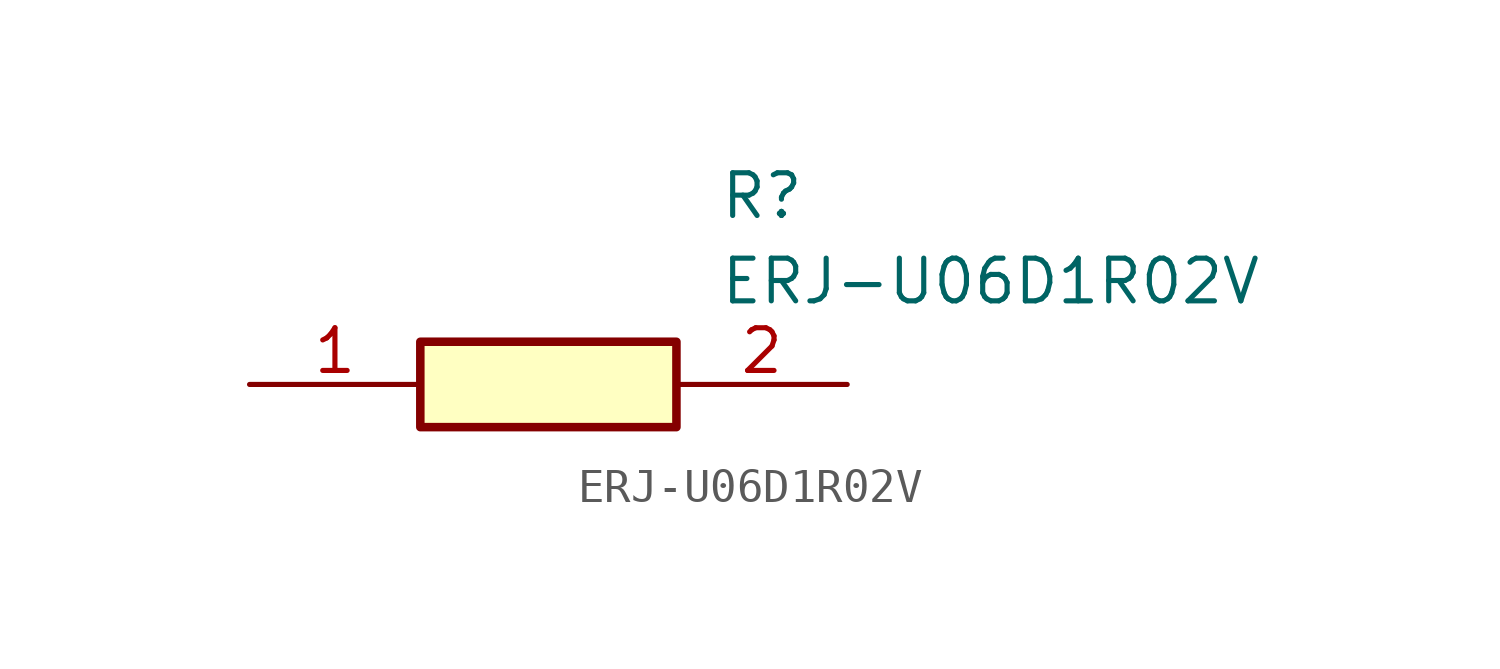
<source format=kicad_sym>
(kicad_symbol_lib
  (version 20211014)
  (generator SamacSys_ECAD_Model)
  (symbol "ERJ-U06D1R02V"
    (pin_names hide)
    (property "Reference" "R"
      (at 13.97 6.35 0)
      (effects (font (size 1.27 1.27)) (justify left top)))
    (property "Value" "ERJ-U06D1R02V"
      (at 13.97 3.81 0)
      (effects (font (size 1.27 1.27)) (justify left top)))
    (rectangle
      (start 5.08 1.27)
      (end 12.7 -1.27)
      (stroke (width 0.254) (type default))
      (fill (type background)))
    (pin passive line
      (at 0 0 0)
      (length 5.08)
      (name "1" (effects (font (size 1.27 1.27))))
      (number "1" (effects (font (size 1.27 1.27)))))
    (pin passive line
      (at 17.78 0 180)
      (length 5.08)
      (name "2" (effects (font (size 1.27 1.27))))
      (number "2" (effects (font (size 1.27 1.27)))))))
</source>
